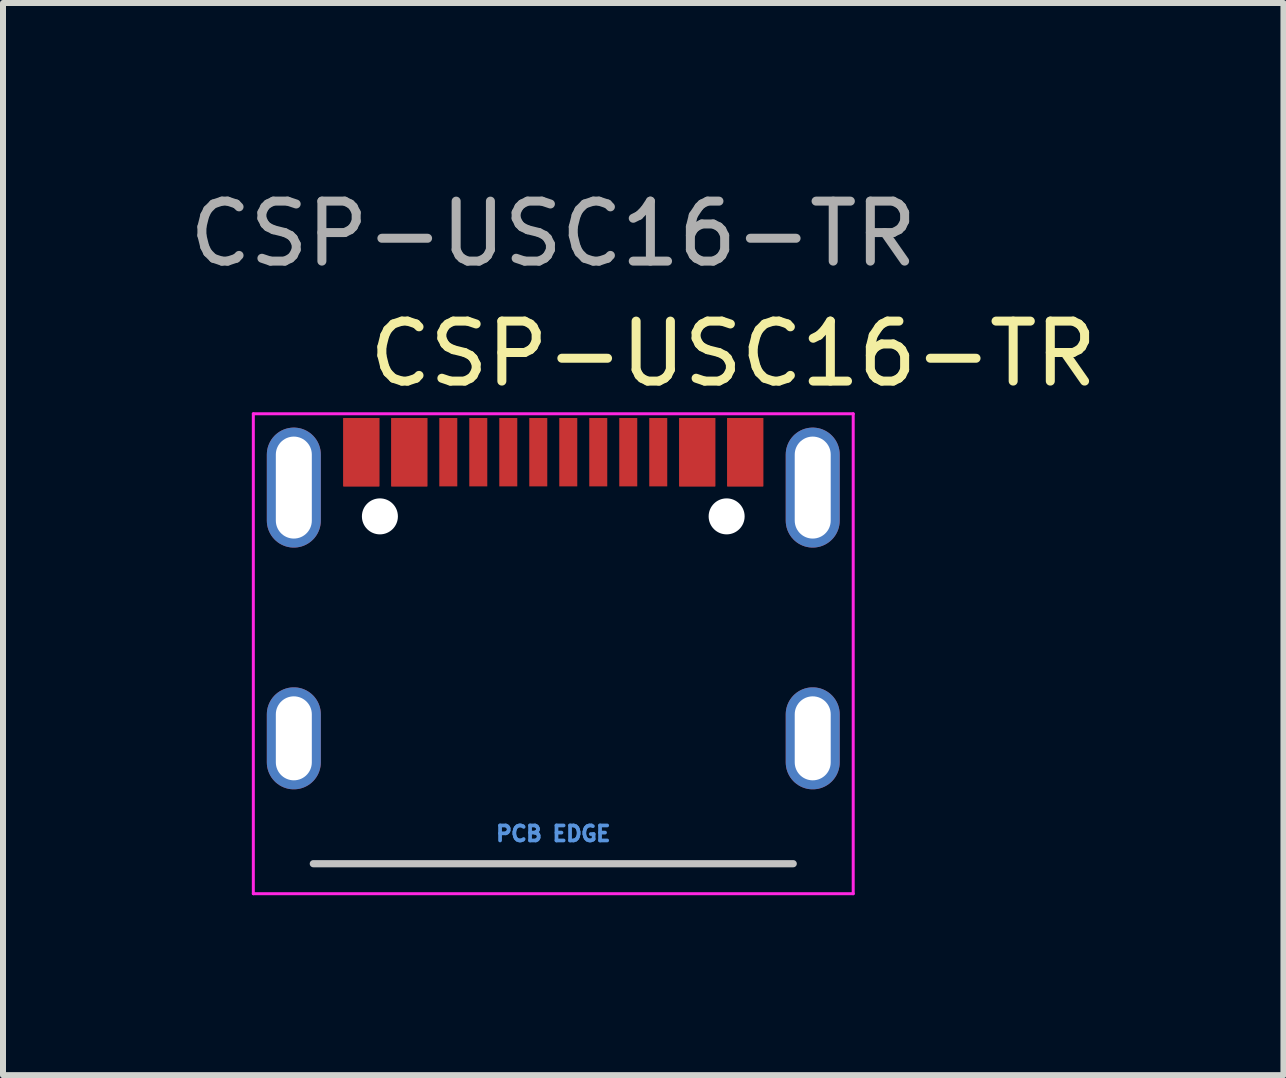
<source format=kicad_pcb>
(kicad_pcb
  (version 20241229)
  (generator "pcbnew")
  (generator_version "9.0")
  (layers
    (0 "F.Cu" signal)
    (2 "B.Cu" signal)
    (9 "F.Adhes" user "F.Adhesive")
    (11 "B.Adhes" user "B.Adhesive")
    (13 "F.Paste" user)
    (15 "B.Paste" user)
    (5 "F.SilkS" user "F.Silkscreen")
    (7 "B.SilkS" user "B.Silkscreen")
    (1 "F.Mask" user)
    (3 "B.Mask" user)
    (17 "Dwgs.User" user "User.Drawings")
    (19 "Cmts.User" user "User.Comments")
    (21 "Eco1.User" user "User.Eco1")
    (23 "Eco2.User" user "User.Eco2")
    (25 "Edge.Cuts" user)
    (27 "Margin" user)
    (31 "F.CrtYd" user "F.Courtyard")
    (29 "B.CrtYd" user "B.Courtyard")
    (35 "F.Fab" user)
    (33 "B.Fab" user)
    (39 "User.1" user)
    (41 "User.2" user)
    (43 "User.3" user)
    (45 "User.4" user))
  (footprint "CSP-USC16-TR"
    (layer "F.Cu")
    (at 6.423 7.988)
    (property "Reference" "CSP-USC16-TR" (at 2.75 -5.14 0) (unlocked yes) (layer "F.SilkS") (effects (font (size 1 1) (thickness 0.15))))
    (attr smd)
    (fp_line (start -4.25 3.36) (end 3.75 3.36) (stroke (width 0.12) (type solid)) (layer "Dwgs.User"))
    (fp_line (start -5.25 -4.14) (end -5.25 3.86) (stroke (width 0.05) (type solid)) (layer "F.CrtYd"))
    (fp_line (start -5.25 3.86) (end 4.75 3.86) (stroke (width 0.05) (type solid)) (layer "F.CrtYd"))
    (fp_line (start 4.75 -4.14) (end -5.25 -4.14) (stroke (width 0.05) (type solid)) (layer "F.CrtYd"))
    (fp_line (start 4.75 3.86) (end 4.75 -4.14) (stroke (width 0.05) (type solid)) (layer "F.CrtYd"))
    (fp_text user "PCB EDGE" (at -0.25 2.86 0) (unlocked yes) (layer "Cmts.User") (effects (font (size 0.25 0.25) (thickness 0.062))))
    (fp_text user "${REFERENCE}" (at -0.25 -7.14 0) (unlocked yes) (layer "F.Fab") (effects (font (size 1 1) (thickness 0.15))))
    (pad "" np_thru_hole circle (at -3.14 -2.43) (size 0.6 0.6) (drill 0.6) (layers "*.Cu" "*.Mask"))
    (pad "" np_thru_hole circle (at 2.64 -2.43) (size 0.6 0.6) (drill 0.6) (layers "*.Cu" "*.Mask"))
    (pad "A1" smd rect (at -3.45 -3.5 180) (size 0.6 1.14) (layers "F.Cu" "F.Mask" "F.Paste"))
    (pad "A4" smd rect (at -2.65 -3.5 180) (size 0.6 1.14) (layers "F.Cu" "F.Mask" "F.Paste"))
    (pad "A5" smd rect (at -1.5 -3.5 180) (size 0.3 1.14) (layers "F.Cu" "F.Mask" "F.Paste"))
    (pad "A6" smd rect (at -0.5 -3.5 180) (size 0.3 1.14) (layers "F.Cu" "F.Mask" "F.Paste"))
    (pad "A7" smd rect (at 0 -3.5 180) (size 0.3 1.14) (layers "F.Cu" "F.Mask" "F.Paste"))
    (pad "A8" smd rect (at 1 -3.5 180) (size 0.3 1.14) (layers "F.Cu" "F.Mask" "F.Paste"))
    (pad "A9" smd rect (at 2.15 -3.5 180) (size 0.6 1.14) (layers "F.Cu" "F.Mask" "F.Paste"))
    (pad "A12" smd rect (at 2.95 -3.5 180) (size 0.6 1.14) (layers "F.Cu" "F.Mask" "F.Paste"))
    (pad "B1" smd rect (at 2.95 -3.5 180) (size 0.6 1.14) (layers "F.Cu" "F.Mask" "F.Paste"))
    (pad "B4" smd rect (at 2.15 -3.5 180) (size 0.6 1.14) (layers "F.Cu" "F.Mask" "F.Paste"))
    (pad "B5" smd rect (at 1.5 -3.5 180) (size 0.3 1.14) (layers "F.Cu" "F.Mask" "F.Paste"))
    (pad "B6" smd rect (at 0.5 -3.5 180) (size 0.3 1.14) (layers "F.Cu" "F.Mask" "F.Paste"))
    (pad "B7" smd rect (at -1 -3.5 180) (size 0.3 1.14) (layers "F.Cu" "F.Mask" "F.Paste"))
    (pad "B8" smd rect (at -2 -3.5 180) (size 0.3 1.14) (layers "F.Cu" "F.Mask" "F.Paste"))
    (pad "B9" smd rect (at -2.65 -3.5 180) (size 0.6 1.14) (layers "F.Cu" "F.Mask" "F.Paste"))
    (pad "B12" smd rect (at -3.45 -3.5 180) (size 0.6 1.14) (layers "F.Cu" "F.Mask" "F.Paste"))
    (pad "S1" thru_hole oval (at -4.575 -2.91 90) (size 2 0.9) (drill oval 1.7 0.6) (layers "*.Cu" "*.Mask"))
    (pad "S1" thru_hole oval (at -4.575 1.27 90) (size 1.7 0.9) (drill oval 1.4 0.6) (layers "*.Cu" "*.Mask"))
    (pad "S1" thru_hole oval (at 4.075 -2.91 90) (size 2 0.9) (drill oval 1.7 0.6) (layers "*.Cu" "*.Mask"))
    (pad "S1" thru_hole oval (at 4.075 1.27 90) (size 1.7 0.9) (drill oval 1.4 0.6) (layers "*.Cu" "*.Mask")))
  (gr_rect
    (start -3 -3)
    (end 18.345 14.873)
    (stroke (width 0.1) (type default))
    (fill no)
    (layer "Edge.Cuts")))
</source>
